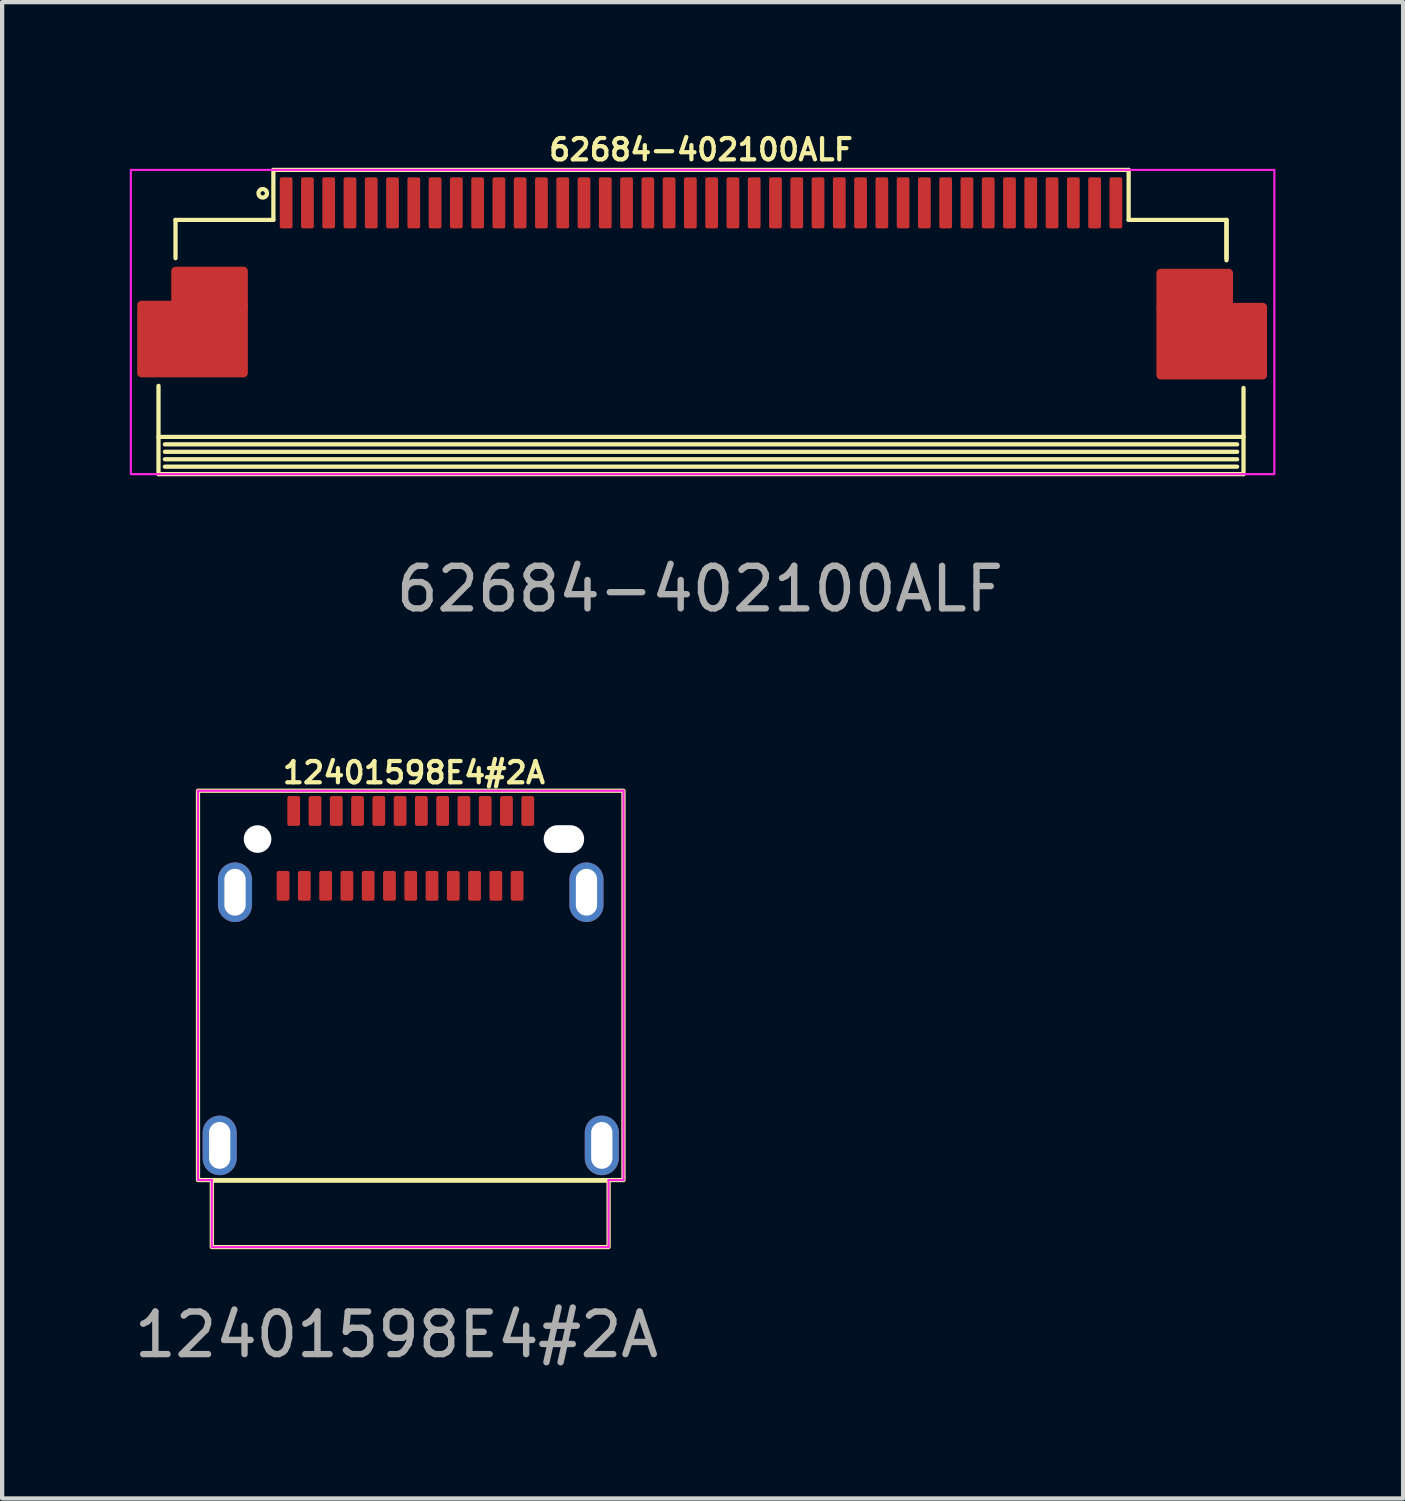
<source format=kicad_pcb>
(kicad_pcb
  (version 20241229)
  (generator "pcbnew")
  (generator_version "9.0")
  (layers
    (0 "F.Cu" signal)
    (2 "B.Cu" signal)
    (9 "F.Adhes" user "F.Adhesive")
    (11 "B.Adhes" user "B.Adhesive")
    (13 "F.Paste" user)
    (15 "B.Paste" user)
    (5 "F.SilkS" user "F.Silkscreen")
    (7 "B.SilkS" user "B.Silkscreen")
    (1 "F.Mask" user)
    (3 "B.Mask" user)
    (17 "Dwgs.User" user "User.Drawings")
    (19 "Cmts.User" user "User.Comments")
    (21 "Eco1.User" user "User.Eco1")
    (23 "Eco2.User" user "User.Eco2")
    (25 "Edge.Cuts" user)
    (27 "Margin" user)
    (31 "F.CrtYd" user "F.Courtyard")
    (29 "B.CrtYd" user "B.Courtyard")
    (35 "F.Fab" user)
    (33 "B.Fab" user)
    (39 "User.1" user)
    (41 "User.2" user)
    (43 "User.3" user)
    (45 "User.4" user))
  (footprint "12401598E4#2A"
    (layer "F.Cu")
    (at 6.603 20.109)
    (property "Reference" "12401598E4#2A" (at 0.075 -5 0) (unlocked yes) (layer "F.SilkS") (effects (font (size 0.5 0.5) (thickness 0.1))))
    (attr smd)
    (fp_rect (start -5 -4.575) (end 5 4.575) (stroke (width 0.1) (type default)) (fill no) (layer "F.SilkS"))
    (fp_rect (start -4.675 4.588) (end 4.65 6.15) (stroke (width 0.1) (type solid)) (fill no) (layer "F.SilkS"))
    (fp_line (start -5 -4.575) (end 5 -4.575) (stroke (width 0.05) (type default)) (layer "F.CrtYd"))
    (fp_line (start -5 -4.55) (end -5 -4.575) (stroke (width 0.05) (type default)) (layer "F.CrtYd"))
    (fp_line (start -5 4.575) (end -5 -4.55) (stroke (width 0.05) (type default)) (layer "F.CrtYd"))
    (fp_line (start -4.675 4.575) (end -5 4.575) (stroke (width 0.05) (type default)) (layer "F.CrtYd"))
    (fp_line (start -4.675 4.575) (end -4.675 6.15) (stroke (width 0.05) (type default)) (layer "F.CrtYd"))
    (fp_line (start -4.675 6.15) (end 4.625 6.15) (stroke (width 0.05) (type default)) (layer "F.CrtYd"))
    (fp_line (start 4.625 6.15) (end 4.65 6.15) (stroke (width 0.05) (type default)) (layer "F.CrtYd"))
    (fp_line (start 4.65 6.15) (end 4.65 4.575) (stroke (width 0.05) (type default)) (layer "F.CrtYd"))
    (fp_line (start 5 -4.575) (end 5 4.575) (stroke (width 0.05) (type default)) (layer "F.CrtYd"))
    (fp_line (start 5 4.575) (end 4.65 4.575) (stroke (width 0.05) (type default)) (layer "F.CrtYd"))
    (fp_text user "${REFERENCE}" (at -0.335 8.21 0) (unlocked yes) (layer "F.Fab") (effects (font (size 1 1) (thickness 0.15))))
    (pad "" np_thru_hole circle (at -3.6 -3.44) (size 0.65 0.65) (drill 0.65) (layers "*.Cu"))
    (pad "" np_thru_hole oval (at 3.6 -3.44) (size 0.95 0.65) (drill oval 0.95 0.65) (layers "*.Cu"))
    (pad "A1" smd roundrect (at -2.75 -4.1) (size 0.3 0.7) (layers "F.Cu" "F.Mask" "F.Paste") (roundrect_rratio 0.15))
    (pad "A2" smd roundrect (at -2.25 -4.1) (size 0.3 0.7) (layers "F.Cu" "F.Mask" "F.Paste") (roundrect_rratio 0.15))
    (pad "A3" smd roundrect (at -1.75 -4.1) (size 0.3 0.7) (layers "F.Cu" "F.Mask" "F.Paste") (roundrect_rratio 0.15))
    (pad "A4" smd roundrect (at -1.25 -4.1) (size 0.3 0.7) (layers "F.Cu" "F.Mask" "F.Paste") (roundrect_rratio 0.15))
    (pad "A5" smd roundrect (at -0.75 -4.1) (size 0.3 0.7) (layers "F.Cu" "F.Mask" "F.Paste") (roundrect_rratio 0.15))
    (pad "A6" smd roundrect (at -0.25 -4.1) (size 0.3 0.7) (layers "F.Cu" "F.Mask" "F.Paste") (roundrect_rratio 0.15))
    (pad "A7" smd roundrect (at 0.25 -4.1) (size 0.3 0.7) (layers "F.Cu" "F.Mask" "F.Paste") (roundrect_rratio 0.15))
    (pad "A8" smd roundrect (at 0.75 -4.1) (size 0.3 0.7) (layers "F.Cu" "F.Mask" "F.Paste") (roundrect_rratio 0.15))
    (pad "A9" smd roundrect (at 1.25 -4.1) (size 0.3 0.7) (layers "F.Cu" "F.Mask" "F.Paste") (roundrect_rratio 0.15))
    (pad "A10" smd roundrect (at 1.75 -4.1) (size 0.3 0.7) (layers "F.Cu" "F.Mask" "F.Paste") (roundrect_rratio 0.15))
    (pad "A11" smd roundrect (at 2.25 -4.1) (size 0.3 0.7) (layers "F.Cu" "F.Mask" "F.Paste") (roundrect_rratio 0.15))
    (pad "A12" smd roundrect (at 2.75 -4.1) (size 0.3 0.7) (layers "F.Cu" "F.Mask" "F.Paste") (roundrect_rratio 0.15))
    (pad "B1" smd roundrect (at 2.5 -2.34) (size 0.3 0.7) (layers "F.Cu" "F.Mask" "F.Paste") (roundrect_rratio 0.15))
    (pad "B2" smd roundrect (at 2 -2.34) (size 0.3 0.7) (layers "F.Cu" "F.Mask" "F.Paste") (roundrect_rratio 0.15))
    (pad "B3" smd roundrect (at 1.5 -2.34) (size 0.3 0.7) (layers "F.Cu" "F.Mask" "F.Paste") (roundrect_rratio 0.15))
    (pad "B4" smd roundrect (at 1 -2.34) (size 0.3 0.7) (layers "F.Cu" "F.Mask" "F.Paste") (roundrect_rratio 0.15))
    (pad "B5" smd roundrect (at 0.5 -2.34) (size 0.3 0.7) (layers "F.Cu" "F.Mask" "F.Paste") (roundrect_rratio 0.15))
    (pad "B6" smd roundrect (at 0 -2.34) (size 0.3 0.7) (layers "F.Cu" "F.Mask" "F.Paste") (roundrect_rratio 0.15))
    (pad "B7" smd roundrect (at -0.5 -2.34) (size 0.3 0.7) (layers "F.Cu" "F.Mask" "F.Paste") (roundrect_rratio 0.15))
    (pad "B8" smd roundrect (at -1 -2.34) (size 0.3 0.7) (layers "F.Cu" "F.Mask" "F.Paste") (roundrect_rratio 0.15))
    (pad "B9" smd roundrect (at -1.5 -2.34) (size 0.3 0.7) (layers "F.Cu" "F.Mask" "F.Paste") (roundrect_rratio 0.15))
    (pad "B10" smd roundrect (at -2 -2.34) (size 0.3 0.7) (layers "F.Cu" "F.Mask" "F.Paste") (roundrect_rratio 0.15))
    (pad "B11" smd roundrect (at -2.5 -2.34) (size 0.3 0.7) (layers "F.Cu" "F.Mask" "F.Paste") (roundrect_rratio 0.15))
    (pad "B12" smd roundrect (at -3 -2.34) (size 0.3 0.7) (layers "F.Cu" "F.Mask" "F.Paste") (roundrect_rratio 0.15))
    (pad "C1" thru_hole oval (at -4.49 3.76 180) (size 0.8 1.4) (drill oval 0.5 1.1) (layers "*.Cu" "*.Mask" "F.Paste"))
    (pad "C1" thru_hole oval (at -4.13 -2.19 180) (size 0.8 1.4) (drill oval 0.5 1.1) (layers "*.Cu" "*.Mask" "F.Paste"))
    (pad "C1" thru_hole oval (at 4.13 -2.19 180) (size 0.8 1.4) (drill oval 0.5 1.1) (layers "*.Cu" "*.Mask" "F.Paste"))
    (pad "C1" thru_hole oval (at 4.49 3.76 180) (size 0.8 1.4) (drill oval 0.5 1.1) (layers "*.Cu" "*.Mask" "F.Paste")))
  (footprint "62684-402100ALF"
    (layer "F.Cu")
    (at 13.425 1.718)
    (property "Reference" "62684-402100ALF" (at 0 -1.25 0) (unlocked yes) (layer "F.SilkS") (effects (font (size 0.5 0.5) (thickness 0.1))))
    (attr smd)
    (fp_rect (start -13.15 2.4) (end -10.75 4) (stroke (width 0.2) (type solid)) (fill yes) (layer "F.Cu"))
    (fp_rect (start -12.35 1.6) (end -10.75 2.4) (stroke (width 0.2) (type solid)) (fill yes) (layer "F.Cu"))
    (fp_rect (start 12.403 1.65) (end 10.803 2.45) (stroke (width 0.2) (type solid)) (fill yes) (layer "F.Cu"))
    (fp_rect (start 13.203 2.45) (end 10.803 4.05) (stroke (width 0.2) (type solid)) (fill yes) (layer "F.Cu"))
    (fp_poly (pts (xy -10.597 1.45) (xy -10.597 4.15) (xy -13.297 4.15) (xy -13.297 2.25) (xy -12.497 2.25) (xy -12.497 1.45)) (stroke (width 0.1) (type solid)) (fill yes) (layer "F.Mask"))
    (fp_poly (pts (xy 10.65 1.5) (xy 10.65 4.2) (xy 13.35 4.2) (xy 13.35 2.3) (xy 12.55 2.3) (xy 12.55 1.5)) (stroke (width 0.1) (type solid)) (fill yes) (layer "F.Mask"))
    (fp_line (start -12.75 5.5) (end 12.75 5.5) (stroke (width 0.1) (type default)) (layer "F.SilkS"))
    (fp_line (start -12.75 6.375) (end -12.75 4.3) (stroke (width 0.1) (type default)) (layer "F.SilkS"))
    (fp_line (start -12.75 6.375) (end 12.75 6.375) (stroke (width 0.1) (type default)) (layer "F.SilkS"))
    (fp_line (start -12.6 5.675) (end 12.6 5.675) (stroke (width 0.1) (type default)) (layer "F.SilkS"))
    (fp_line (start -12.6 5.85) (end 12.6 5.85) (stroke (width 0.1) (type default)) (layer "F.SilkS"))
    (fp_line (start -12.6 6.025) (end 12.6 6.025) (stroke (width 0.1) (type default)) (layer "F.SilkS"))
    (fp_line (start -12.6 6.2) (end 12.6 6.2) (stroke (width 0.1) (type default)) (layer "F.SilkS"))
    (fp_line (start -12.35 1.3) (end -12.35 0.4) (stroke (width 0.1) (type solid)) (layer "F.SilkS"))
    (fp_line (start -10.05 -0.775) (end 10.05 -0.775) (stroke (width 0.1) (type default)) (layer "F.SilkS"))
    (fp_line (start -10.05 0.4) (end -12.35 0.4) (stroke (width 0.1) (type default)) (layer "F.SilkS"))
    (fp_line (start -10.05 0.4) (end -10.05 -0.775) (stroke (width 0.1) (type default)) (layer "F.SilkS"))
    (fp_line (start 10.05 0.4) (end 10.05 -0.775) (stroke (width 0.1) (type default)) (layer "F.SilkS"))
    (fp_line (start 10.05 0.4) (end 12.35 0.4) (stroke (width 0.1) (type default)) (layer "F.SilkS"))
    (fp_line (start 12.35 1.3) (end 12.35 0.4) (stroke (width 0.1) (type solid)) (layer "F.SilkS"))
    (fp_line (start 12.35 1.35) (end 12.35 0.4) (stroke (width 0.1) (type solid)) (layer "F.SilkS"))
    (fp_line (start 12.75 6.375) (end 12.75 4.35) (stroke (width 0.1) (type default)) (layer "F.SilkS"))
    (fp_circle (center -10.3 -0.225) (end -10.2 -0.225) (stroke (width 0.1) (type default)) (fill no) (layer "F.SilkS"))
    (fp_rect (start -13.15 2.4) (end -10.75 4) (stroke (width 0.1) (type solid)) (fill yes) (layer "F.Paste"))
    (fp_rect (start -12.35 1.6) (end -10.75 2.4) (stroke (width 0.1) (type solid)) (fill yes) (layer "F.Paste"))
    (fp_rect (start 12.4 1.65) (end 10.8 2.45) (stroke (width 0.1) (type solid)) (fill yes) (layer "F.Paste"))
    (fp_rect (start 13.2 2.45) (end 10.8 4.05) (stroke (width 0.1) (type solid)) (fill yes) (layer "F.Paste"))
    (fp_rect (start -13.4 -0.775) (end 13.475 6.375) (stroke (width 0.05) (type default)) (fill no) (layer "F.CrtYd"))
    (fp_text user "${REFERENCE}" (at -0.025 9.075 0) (unlocked yes) (layer "F.Fab") (effects (font (size 1 1) (thickness 0.15))))
    (pad "1" smd roundrect (at -9.75 0) (size 0.3 1.2) (layers "F.Cu" "F.Mask" "F.Paste") (roundrect_rratio 0.15))
    (pad "2" smd roundrect (at -9.25 0) (size 0.3 1.2) (layers "F.Cu" "F.Mask" "F.Paste") (roundrect_rratio 0.15))
    (pad "3" smd roundrect (at -8.75 0) (size 0.3 1.2) (layers "F.Cu" "F.Mask" "F.Paste") (roundrect_rratio 0.15))
    (pad "4" smd roundrect (at -8.25 0) (size 0.3 1.2) (layers "F.Cu" "F.Mask" "F.Paste") (roundrect_rratio 0.15))
    (pad "5" smd roundrect (at -7.75 0) (size 0.3 1.2) (layers "F.Cu" "F.Mask" "F.Paste") (roundrect_rratio 0.15))
    (pad "6" smd roundrect (at -7.25 0) (size 0.3 1.2) (layers "F.Cu" "F.Mask" "F.Paste") (roundrect_rratio 0.15))
    (pad "7" smd roundrect (at -6.75 0) (size 0.3 1.2) (layers "F.Cu" "F.Mask" "F.Paste") (roundrect_rratio 0.15))
    (pad "8" smd roundrect (at -6.25 0) (size 0.3 1.2) (layers "F.Cu" "F.Mask" "F.Paste") (roundrect_rratio 0.15))
    (pad "9" smd roundrect (at -5.75 0) (size 0.3 1.2) (layers "F.Cu" "F.Mask" "F.Paste") (roundrect_rratio 0.15))
    (pad "10" smd roundrect (at -5.25 0) (size 0.3 1.2) (layers "F.Cu" "F.Mask" "F.Paste") (roundrect_rratio 0.15))
    (pad "11" smd roundrect (at -4.75 0) (size 0.3 1.2) (layers "F.Cu" "F.Mask" "F.Paste") (roundrect_rratio 0.15))
    (pad "12" smd roundrect (at -4.25 0) (size 0.3 1.2) (layers "F.Cu" "F.Mask" "F.Paste") (roundrect_rratio 0.15))
    (pad "13" smd roundrect (at -3.75 0) (size 0.3 1.2) (layers "F.Cu" "F.Mask" "F.Paste") (roundrect_rratio 0.15))
    (pad "14" smd roundrect (at -3.25 0) (size 0.3 1.2) (layers "F.Cu" "F.Mask" "F.Paste") (roundrect_rratio 0.15))
    (pad "15" smd roundrect (at -2.75 0) (size 0.3 1.2) (layers "F.Cu" "F.Mask" "F.Paste") (roundrect_rratio 0.15))
    (pad "16" smd roundrect (at -2.25 0) (size 0.3 1.2) (layers "F.Cu" "F.Mask" "F.Paste") (roundrect_rratio 0.15))
    (pad "17" smd roundrect (at -1.75 0) (size 0.3 1.2) (layers "F.Cu" "F.Mask" "F.Paste") (roundrect_rratio 0.15))
    (pad "18" smd roundrect (at -1.25 0) (size 0.3 1.2) (layers "F.Cu" "F.Mask" "F.Paste") (roundrect_rratio 0.15))
    (pad "19" smd roundrect (at -0.75 0) (size 0.3 1.2) (layers "F.Cu" "F.Mask" "F.Paste") (roundrect_rratio 0.15))
    (pad "20" smd roundrect (at -0.25 0) (size 0.3 1.2) (layers "F.Cu" "F.Mask" "F.Paste") (roundrect_rratio 0.15))
    (pad "21" smd roundrect (at 0.25 0) (size 0.3 1.2) (layers "F.Cu" "F.Mask" "F.Paste") (roundrect_rratio 0.15))
    (pad "22" smd roundrect (at 0.75 0) (size 0.3 1.2) (layers "F.Cu" "F.Mask" "F.Paste") (roundrect_rratio 0.15))
    (pad "23" smd roundrect (at 1.25 0) (size 0.3 1.2) (layers "F.Cu" "F.Mask" "F.Paste") (roundrect_rratio 0.15))
    (pad "24" smd roundrect (at 1.75 0) (size 0.3 1.2) (layers "F.Cu" "F.Mask" "F.Paste") (roundrect_rratio 0.15))
    (pad "25" smd roundrect (at 2.25 0) (size 0.3 1.2) (layers "F.Cu" "F.Mask" "F.Paste") (roundrect_rratio 0.15))
    (pad "26" smd roundrect (at 2.75 0) (size 0.3 1.2) (layers "F.Cu" "F.Mask" "F.Paste") (roundrect_rratio 0.15))
    (pad "27" smd roundrect (at 3.25 0) (size 0.3 1.2) (layers "F.Cu" "F.Mask" "F.Paste") (roundrect_rratio 0.15))
    (pad "28" smd roundrect (at 3.75 0) (size 0.3 1.2) (layers "F.Cu" "F.Mask" "F.Paste") (roundrect_rratio 0.15))
    (pad "29" smd roundrect (at 4.25 0) (size 0.3 1.2) (layers "F.Cu" "F.Mask" "F.Paste") (roundrect_rratio 0.15))
    (pad "30" smd roundrect (at 4.75 0) (size 0.3 1.2) (layers "F.Cu" "F.Mask" "F.Paste") (roundrect_rratio 0.15))
    (pad "31" smd roundrect (at 5.25 0) (size 0.3 1.2) (layers "F.Cu" "F.Mask" "F.Paste") (roundrect_rratio 0.15))
    (pad "32" smd roundrect (at 5.75 0) (size 0.3 1.2) (layers "F.Cu" "F.Mask" "F.Paste") (roundrect_rratio 0.15))
    (pad "33" smd roundrect (at 6.25 0) (size 0.3 1.2) (layers "F.Cu" "F.Mask" "F.Paste") (roundrect_rratio 0.15))
    (pad "34" smd roundrect (at 6.75 0) (size 0.3 1.2) (layers "F.Cu" "F.Mask" "F.Paste") (roundrect_rratio 0.15))
    (pad "35" smd roundrect (at 7.25 0) (size 0.3 1.2) (layers "F.Cu" "F.Mask" "F.Paste") (roundrect_rratio 0.15))
    (pad "36" smd roundrect (at 7.75 0) (size 0.3 1.2) (layers "F.Cu" "F.Mask" "F.Paste") (roundrect_rratio 0.15))
    (pad "37" smd roundrect (at 8.25 0) (size 0.3 1.2) (layers "F.Cu" "F.Mask" "F.Paste") (roundrect_rratio 0.15))
    (pad "38" smd roundrect (at 8.75 0) (size 0.3 1.2) (layers "F.Cu" "F.Mask" "F.Paste") (roundrect_rratio 0.15))
    (pad "39" smd roundrect (at 9.25 0) (size 0.3 1.2) (layers "F.Cu" "F.Mask" "F.Paste") (roundrect_rratio 0.15))
    (pad "40" smd roundrect (at 9.75 0) (size 0.3 1.2) (layers "F.Cu" "F.Mask" "F.Paste") (roundrect_rratio 0.15)))
  (gr_rect
    (start -3 -3)
    (end 29.925 32.167)
    (stroke (width 0.1) (type default))
    (fill no)
    (layer "Edge.Cuts")))
</source>
